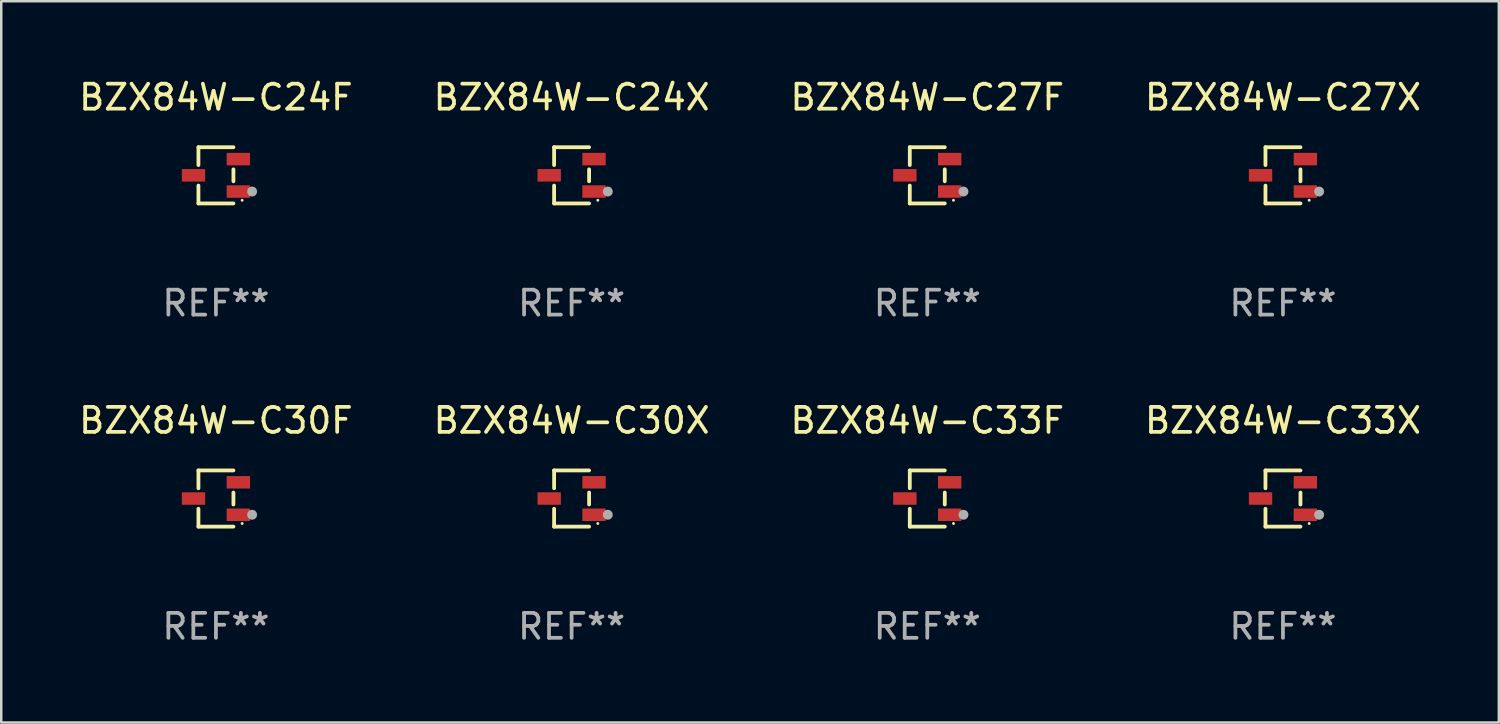
<source format=kicad_pcb>
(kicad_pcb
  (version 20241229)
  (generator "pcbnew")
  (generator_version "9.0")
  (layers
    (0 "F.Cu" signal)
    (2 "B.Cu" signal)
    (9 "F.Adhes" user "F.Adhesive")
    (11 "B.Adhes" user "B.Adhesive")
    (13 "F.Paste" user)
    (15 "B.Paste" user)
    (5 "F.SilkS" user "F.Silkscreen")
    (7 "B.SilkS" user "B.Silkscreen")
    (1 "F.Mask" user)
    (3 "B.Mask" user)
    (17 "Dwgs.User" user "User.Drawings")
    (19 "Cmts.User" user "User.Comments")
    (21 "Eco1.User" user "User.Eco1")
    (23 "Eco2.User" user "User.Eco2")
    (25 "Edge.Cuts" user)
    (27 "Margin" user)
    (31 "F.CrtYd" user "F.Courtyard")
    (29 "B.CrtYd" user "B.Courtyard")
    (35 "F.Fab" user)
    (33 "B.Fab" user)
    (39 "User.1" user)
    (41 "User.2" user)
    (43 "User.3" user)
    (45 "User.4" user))
  (footprint "BZX84W-C33X"
    (layer "F.Cu")
    (at 48.351 16.923)
    (property "Reference" "BZX84W-C33X" (at 0 -3.126 0) (layer "F.SilkS") (effects (font (size 1 1) (thickness 0.15))))
    (attr through_hole)
    (fp_line (start -0.701 -1.126) (end -0.701 -0.411) (stroke (width 0.152) (type solid)) (layer "F.SilkS"))
    (fp_line (start -0.701 1.126) (end -0.701 0.411) (stroke (width 0.152) (type solid)) (layer "F.SilkS"))
    (fp_line (start 0.701 -1.126) (end -0.701 -1.126) (stroke (width 0.152) (type solid)) (layer "F.SilkS"))
    (fp_line (start 0.701 -0.239) (end 0.701 0.239) (stroke (width 0.152) (type solid)) (layer "F.SilkS"))
    (fp_line (start 0.701 1.126) (end -0.701 1.126) (stroke (width 0.152) (type solid)) (layer "F.SilkS"))
    (fp_circle (center 1.05 1) (end 1.08 1) (stroke (width 0.06) (type solid)) (fill no) (layer "F.SilkS"))
    (fp_circle (center 1.45 0.65) (end 1.55 0.65) (stroke (width 0.2) (type solid)) (fill no) (layer "F.Fab"))
    (fp_text user "REF**" (at 0 5.126 0) (layer "F.Fab") (effects (font (size 1 1) (thickness 0.15))))
    (pad "1" smd rect (at 0.898 0.65) (size 0.936 0.5) (layers "F.Cu" "F.Mask" "F.Paste"))
    (pad "2" smd rect (at 0.898 -0.65) (size 0.936 0.5) (layers "F.Cu" "F.Mask" "F.Paste"))
    (pad "3" smd rect (at -0.898 0) (size 0.936 0.5) (layers "F.Cu" "F.Mask" "F.Paste")))
  (footprint "BZX84W-C27F"
    (layer "F.Cu")
    (at 34.101 3.974)
    (property "Reference" "BZX84W-C27F" (at 0 -3.126 0) (layer "F.SilkS") (effects (font (size 1 1) (thickness 0.15))))
    (attr through_hole)
    (fp_line (start -0.701 -1.126) (end -0.701 -0.411) (stroke (width 0.152) (type solid)) (layer "F.SilkS"))
    (fp_line (start -0.701 1.126) (end -0.701 0.411) (stroke (width 0.152) (type solid)) (layer "F.SilkS"))
    (fp_line (start 0.701 -1.126) (end -0.701 -1.126) (stroke (width 0.152) (type solid)) (layer "F.SilkS"))
    (fp_line (start 0.701 -0.239) (end 0.701 0.239) (stroke (width 0.152) (type solid)) (layer "F.SilkS"))
    (fp_line (start 0.701 1.126) (end -0.701 1.126) (stroke (width 0.152) (type solid)) (layer "F.SilkS"))
    (fp_circle (center 1.05 1) (end 1.08 1) (stroke (width 0.06) (type solid)) (fill no) (layer "F.SilkS"))
    (fp_circle (center 1.45 0.65) (end 1.55 0.65) (stroke (width 0.2) (type solid)) (fill no) (layer "F.Fab"))
    (fp_text user "REF**" (at 0 5.126 0) (layer "F.Fab") (effects (font (size 1 1) (thickness 0.15))))
    (pad "1" smd rect (at 0.898 0.65) (size 0.936 0.5) (layers "F.Cu" "F.Mask" "F.Paste"))
    (pad "2" smd rect (at 0.898 -0.65) (size 0.936 0.5) (layers "F.Cu" "F.Mask" "F.Paste"))
    (pad "3" smd rect (at -0.898 0) (size 0.936 0.5) (layers "F.Cu" "F.Mask" "F.Paste")))
  (footprint "BZX84W-C27X"
    (layer "F.Cu")
    (at 48.351 3.974)
    (property "Reference" "BZX84W-C27X" (at 0 -3.126 0) (layer "F.SilkS") (effects (font (size 1 1) (thickness 0.15))))
    (attr through_hole)
    (fp_line (start -0.701 -1.126) (end -0.701 -0.411) (stroke (width 0.152) (type solid)) (layer "F.SilkS"))
    (fp_line (start -0.701 1.126) (end -0.701 0.411) (stroke (width 0.152) (type solid)) (layer "F.SilkS"))
    (fp_line (start 0.701 -1.126) (end -0.701 -1.126) (stroke (width 0.152) (type solid)) (layer "F.SilkS"))
    (fp_line (start 0.701 -0.239) (end 0.701 0.239) (stroke (width 0.152) (type solid)) (layer "F.SilkS"))
    (fp_line (start 0.701 1.126) (end -0.701 1.126) (stroke (width 0.152) (type solid)) (layer "F.SilkS"))
    (fp_circle (center 1.05 1) (end 1.08 1) (stroke (width 0.06) (type solid)) (fill no) (layer "F.SilkS"))
    (fp_circle (center 1.45 0.65) (end 1.55 0.65) (stroke (width 0.2) (type solid)) (fill no) (layer "F.Fab"))
    (fp_text user "REF**" (at 0 5.126 0) (layer "F.Fab") (effects (font (size 1 1) (thickness 0.15))))
    (pad "1" smd rect (at 0.898 0.65) (size 0.936 0.5) (layers "F.Cu" "F.Mask" "F.Paste"))
    (pad "2" smd rect (at 0.898 -0.65) (size 0.936 0.5) (layers "F.Cu" "F.Mask" "F.Paste"))
    (pad "3" smd rect (at -0.898 0) (size 0.936 0.5) (layers "F.Cu" "F.Mask" "F.Paste")))
  (footprint "BZX84W-C33F"
    (layer "F.Cu")
    (at 34.101 16.923)
    (property "Reference" "BZX84W-C33F" (at 0 -3.126 0) (layer "F.SilkS") (effects (font (size 1 1) (thickness 0.15))))
    (attr through_hole)
    (fp_line (start -0.701 -1.126) (end -0.701 -0.411) (stroke (width 0.152) (type solid)) (layer "F.SilkS"))
    (fp_line (start -0.701 1.126) (end -0.701 0.411) (stroke (width 0.152) (type solid)) (layer "F.SilkS"))
    (fp_line (start 0.701 -1.126) (end -0.701 -1.126) (stroke (width 0.152) (type solid)) (layer "F.SilkS"))
    (fp_line (start 0.701 -0.239) (end 0.701 0.239) (stroke (width 0.152) (type solid)) (layer "F.SilkS"))
    (fp_line (start 0.701 1.126) (end -0.701 1.126) (stroke (width 0.152) (type solid)) (layer "F.SilkS"))
    (fp_circle (center 1.05 1) (end 1.08 1) (stroke (width 0.06) (type solid)) (fill no) (layer "F.SilkS"))
    (fp_circle (center 1.45 0.65) (end 1.55 0.65) (stroke (width 0.2) (type solid)) (fill no) (layer "F.Fab"))
    (fp_text user "REF**" (at 0 5.126 0) (layer "F.Fab") (effects (font (size 1 1) (thickness 0.15))))
    (pad "1" smd rect (at 0.898 0.65) (size 0.936 0.5) (layers "F.Cu" "F.Mask" "F.Paste"))
    (pad "2" smd rect (at 0.898 -0.65) (size 0.936 0.5) (layers "F.Cu" "F.Mask" "F.Paste"))
    (pad "3" smd rect (at -0.898 0) (size 0.936 0.5) (layers "F.Cu" "F.Mask" "F.Paste")))
  (footprint "BZX84W-C30X"
    (layer "F.Cu")
    (at 19.851 16.923)
    (property "Reference" "BZX84W-C30X" (at 0 -3.126 0) (layer "F.SilkS") (effects (font (size 1 1) (thickness 0.15))))
    (attr through_hole)
    (fp_line (start -0.701 -1.126) (end -0.701 -0.411) (stroke (width 0.152) (type solid)) (layer "F.SilkS"))
    (fp_line (start -0.701 1.126) (end -0.701 0.411) (stroke (width 0.152) (type solid)) (layer "F.SilkS"))
    (fp_line (start 0.701 -1.126) (end -0.701 -1.126) (stroke (width 0.152) (type solid)) (layer "F.SilkS"))
    (fp_line (start 0.701 -0.239) (end 0.701 0.239) (stroke (width 0.152) (type solid)) (layer "F.SilkS"))
    (fp_line (start 0.701 1.126) (end -0.701 1.126) (stroke (width 0.152) (type solid)) (layer "F.SilkS"))
    (fp_circle (center 1.05 1) (end 1.08 1) (stroke (width 0.06) (type solid)) (fill no) (layer "F.SilkS"))
    (fp_circle (center 1.45 0.65) (end 1.55 0.65) (stroke (width 0.2) (type solid)) (fill no) (layer "F.Fab"))
    (fp_text user "REF**" (at 0 5.126 0) (layer "F.Fab") (effects (font (size 1 1) (thickness 0.15))))
    (pad "1" smd rect (at 0.898 0.65) (size 0.936 0.5) (layers "F.Cu" "F.Mask" "F.Paste"))
    (pad "2" smd rect (at 0.898 -0.65) (size 0.936 0.5) (layers "F.Cu" "F.Mask" "F.Paste"))
    (pad "3" smd rect (at -0.898 0) (size 0.936 0.5) (layers "F.Cu" "F.Mask" "F.Paste")))
  (footprint "BZX84W-C24X"
    (layer "F.Cu")
    (at 19.851 3.974)
    (property "Reference" "BZX84W-C24X" (at 0 -3.126 0) (layer "F.SilkS") (effects (font (size 1 1) (thickness 0.15))))
    (attr through_hole)
    (fp_line (start -0.701 -1.126) (end -0.701 -0.411) (stroke (width 0.152) (type solid)) (layer "F.SilkS"))
    (fp_line (start -0.701 1.126) (end -0.701 0.411) (stroke (width 0.152) (type solid)) (layer "F.SilkS"))
    (fp_line (start 0.701 -1.126) (end -0.701 -1.126) (stroke (width 0.152) (type solid)) (layer "F.SilkS"))
    (fp_line (start 0.701 -0.239) (end 0.701 0.239) (stroke (width 0.152) (type solid)) (layer "F.SilkS"))
    (fp_line (start 0.701 1.126) (end -0.701 1.126) (stroke (width 0.152) (type solid)) (layer "F.SilkS"))
    (fp_circle (center 1.05 1) (end 1.08 1) (stroke (width 0.06) (type solid)) (fill no) (layer "F.SilkS"))
    (fp_circle (center 1.45 0.65) (end 1.55 0.65) (stroke (width 0.2) (type solid)) (fill no) (layer "F.Fab"))
    (fp_text user "REF**" (at 0 5.126 0) (layer "F.Fab") (effects (font (size 1 1) (thickness 0.15))))
    (pad "1" smd rect (at 0.898 0.65) (size 0.936 0.5) (layers "F.Cu" "F.Mask" "F.Paste"))
    (pad "2" smd rect (at 0.898 -0.65) (size 0.936 0.5) (layers "F.Cu" "F.Mask" "F.Paste"))
    (pad "3" smd rect (at -0.898 0) (size 0.936 0.5) (layers "F.Cu" "F.Mask" "F.Paste")))
  (footprint "BZX84W-C24F"
    (layer "F.Cu")
    (at 5.601 3.974)
    (property "Reference" "BZX84W-C24F" (at 0 -3.126 0) (layer "F.SilkS") (effects (font (size 1 1) (thickness 0.15))))
    (attr through_hole)
    (fp_line (start -0.701 -1.126) (end -0.701 -0.411) (stroke (width 0.152) (type solid)) (layer "F.SilkS"))
    (fp_line (start -0.701 1.126) (end -0.701 0.411) (stroke (width 0.152) (type solid)) (layer "F.SilkS"))
    (fp_line (start 0.701 -1.126) (end -0.701 -1.126) (stroke (width 0.152) (type solid)) (layer "F.SilkS"))
    (fp_line (start 0.701 -0.239) (end 0.701 0.239) (stroke (width 0.152) (type solid)) (layer "F.SilkS"))
    (fp_line (start 0.701 1.126) (end -0.701 1.126) (stroke (width 0.152) (type solid)) (layer "F.SilkS"))
    (fp_circle (center 1.05 1) (end 1.08 1) (stroke (width 0.06) (type solid)) (fill no) (layer "F.SilkS"))
    (fp_circle (center 1.45 0.65) (end 1.55 0.65) (stroke (width 0.2) (type solid)) (fill no) (layer "F.Fab"))
    (fp_text user "REF**" (at 0 5.126 0) (layer "F.Fab") (effects (font (size 1 1) (thickness 0.15))))
    (pad "1" smd rect (at 0.898 0.65) (size 0.936 0.5) (layers "F.Cu" "F.Mask" "F.Paste"))
    (pad "2" smd rect (at 0.898 -0.65) (size 0.936 0.5) (layers "F.Cu" "F.Mask" "F.Paste"))
    (pad "3" smd rect (at -0.898 0) (size 0.936 0.5) (layers "F.Cu" "F.Mask" "F.Paste")))
  (footprint "BZX84W-C30F"
    (layer "F.Cu")
    (at 5.601 16.923)
    (property "Reference" "BZX84W-C30F" (at 0 -3.126 0) (layer "F.SilkS") (effects (font (size 1 1) (thickness 0.15))))
    (attr through_hole)
    (fp_line (start -0.701 -1.126) (end -0.701 -0.411) (stroke (width 0.152) (type solid)) (layer "F.SilkS"))
    (fp_line (start -0.701 1.126) (end -0.701 0.411) (stroke (width 0.152) (type solid)) (layer "F.SilkS"))
    (fp_line (start 0.701 -1.126) (end -0.701 -1.126) (stroke (width 0.152) (type solid)) (layer "F.SilkS"))
    (fp_line (start 0.701 -0.239) (end 0.701 0.239) (stroke (width 0.152) (type solid)) (layer "F.SilkS"))
    (fp_line (start 0.701 1.126) (end -0.701 1.126) (stroke (width 0.152) (type solid)) (layer "F.SilkS"))
    (fp_circle (center 1.05 1) (end 1.08 1) (stroke (width 0.06) (type solid)) (fill no) (layer "F.SilkS"))
    (fp_circle (center 1.45 0.65) (end 1.55 0.65) (stroke (width 0.2) (type solid)) (fill no) (layer "F.Fab"))
    (fp_text user "REF**" (at 0 5.126 0) (layer "F.Fab") (effects (font (size 1 1) (thickness 0.15))))
    (pad "1" smd rect (at 0.898 0.65) (size 0.936 0.5) (layers "F.Cu" "F.Mask" "F.Paste"))
    (pad "2" smd rect (at 0.898 -0.65) (size 0.936 0.5) (layers "F.Cu" "F.Mask" "F.Paste"))
    (pad "3" smd rect (at -0.898 0) (size 0.936 0.5) (layers "F.Cu" "F.Mask" "F.Paste")))
  (gr_rect
    (start -3 -3)
    (end 57 25.898)
    (stroke (width 0.1) (type default))
    (fill no)
    (layer "Edge.Cuts")))
</source>
